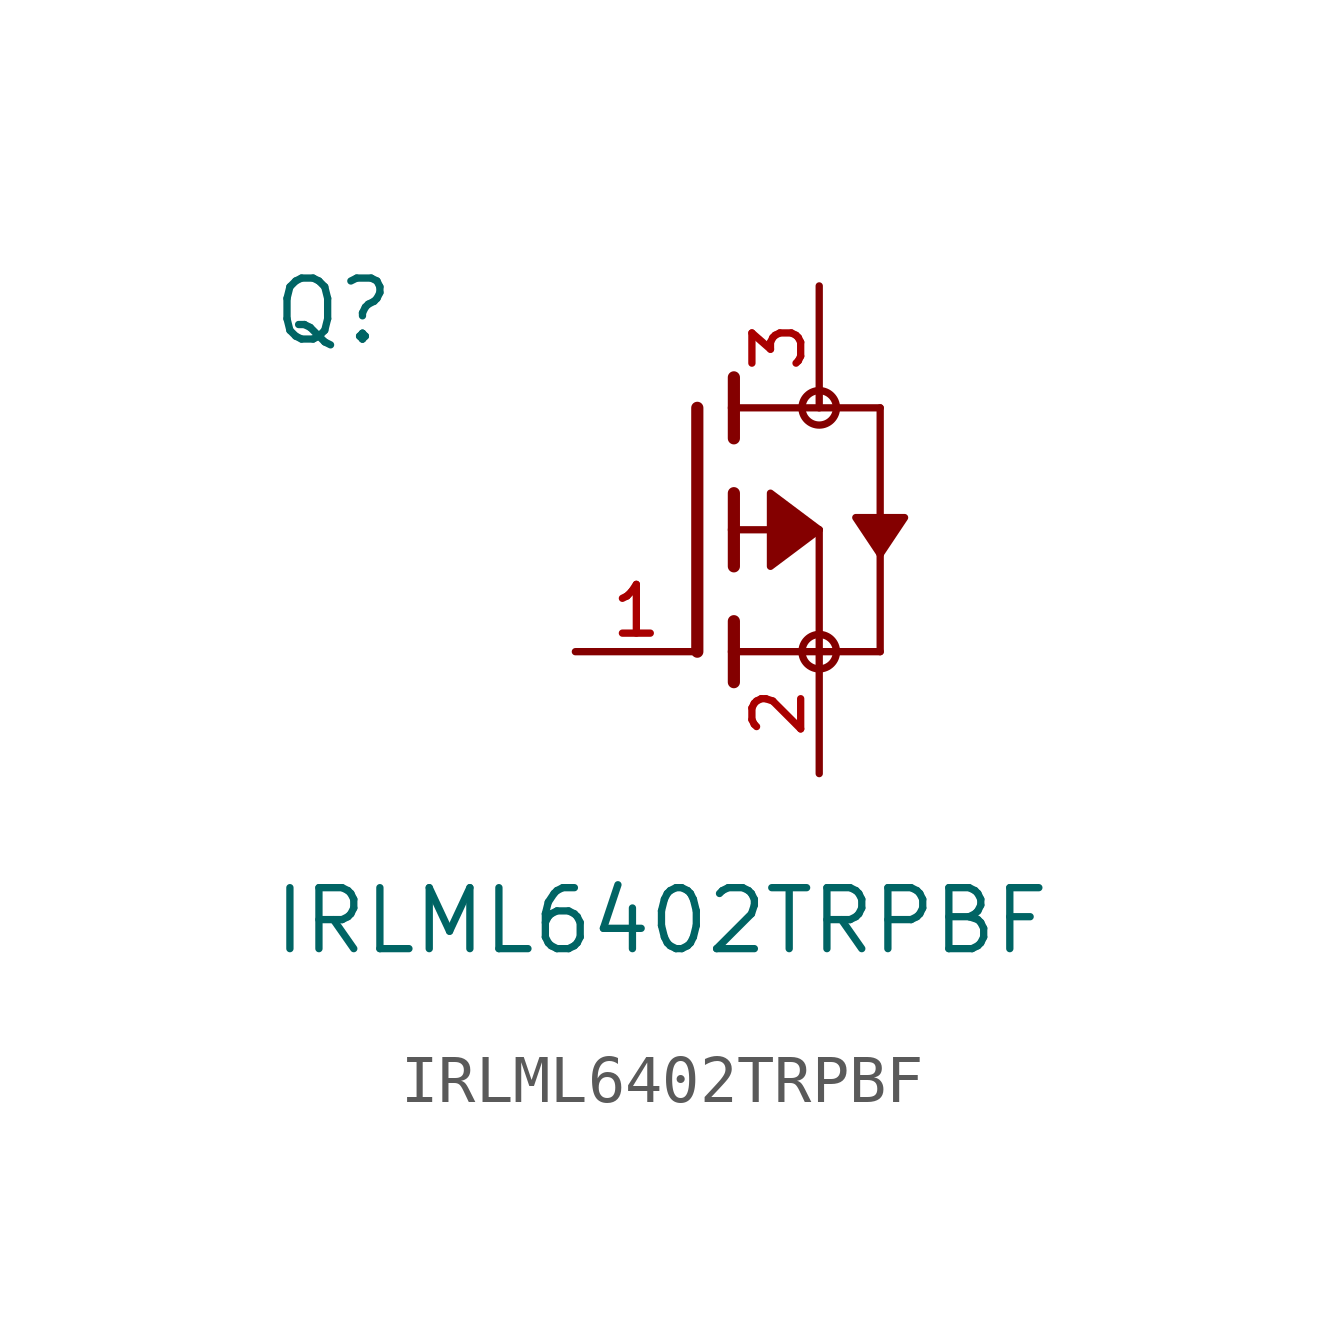
<source format=kicad_sym>
(kicad_symbol_lib
  (version 20211014)
  (generator kicad_symbol_editor)
  (symbol "IRLML6402TRPBF"
    (pin_names
      (offset 1.016))
    (property "Reference" "Q"
      (at -11.43 3.81 0)
      (effects (font (size 1.27 1.27)) (justify bottom left)))
    (property "Value" "IRLML6402TRPBF"
      (at -11.43 -8.89 0)
      (effects (font (size 1.27 1.27)) (justify bottom left)))
    (symbol "IRLML6402TRPBF_0_0"
      (polyline (pts (xy -1.778 0.762) (xy -1.778 0.0)) (stroke (width 0.254)))
      (polyline (pts (xy -1.778 0.0) (xy -1.778 -0.762)) (stroke (width 0.254)))
      (polyline (pts (xy -1.778 3.175) (xy -1.778 2.54)) (stroke (width 0.254)))
      (polyline (pts (xy -1.778 2.54) (xy -1.778 1.905)) (stroke (width 0.254)))
      (polyline (pts (xy -1.778 0.0) (xy 0.0 0.0)) (stroke (width 0.152)))
      (polyline (pts (xy 0.0 0.0) (xy 0.0 -2.54)) (stroke (width 0.152)))
      (polyline (pts (xy -1.778 -1.905) (xy -1.778 -2.54)) (stroke (width 0.254)))
      (polyline (pts (xy -1.778 -2.54) (xy -1.778 -3.175)) (stroke (width 0.254)))
      (polyline (pts (xy -2.54 2.54) (xy -2.54 -2.54)) (stroke (width 0.254)))
      (polyline (pts (xy 0.0 -2.54) (xy -1.778 -2.54)) (stroke (width 0.152)))
      (polyline (pts (xy 1.27 2.54) (xy 1.27 -0.508)) (stroke (width 0.152)))
      (polyline (pts (xy 1.27 -0.508) (xy 1.27 -2.54)) (stroke (width 0.152)))
      (polyline (pts (xy 0.0 -2.54) (xy 1.27 -2.54)) (stroke (width 0.152)))
      (polyline (pts (xy -1.778 2.54) (xy 1.27 2.54)) (stroke (width 0.152)))
      (circle (center 0.0 -2.54) (radius 0.359) (stroke (width 0.0)) (fill (type none)))
      (circle (center 0.0 2.54) (radius 0.359) (stroke (width 0.0)) (fill (type none)))
      (polyline (pts (xy 1.27 -0.508) (xy 1.778 0.254) (xy 0.762 0.254) (xy 1.27 -0.508)) (stroke (width 0.152)) (fill (type outline)))
      (polyline (pts (xy 0.0 0.0) (xy -1.016 -0.762) (xy -1.016 0.762) (xy 0.0 0.0)) (stroke (width 0.152)) (fill (type outline)))
      (pin passive line (at 0.0 -5.08 90.0) (length 2.54) (name "~" (effects (font (size 1.016 1.016)))) (number "2" (effects (font (size 1.016 1.016)))))
      (pin passive line (at -5.08 -2.54 0) (length 2.54) (name "~" (effects (font (size 1.016 1.016)))) (number "1" (effects (font (size 1.016 1.016)))))
      (pin passive line (at 0.0 5.08 270.0) (length 2.54) (name "~" (effects (font (size 1.016 1.016)))) (number "3" (effects (font (size 1.016 1.016))))))))
</source>
